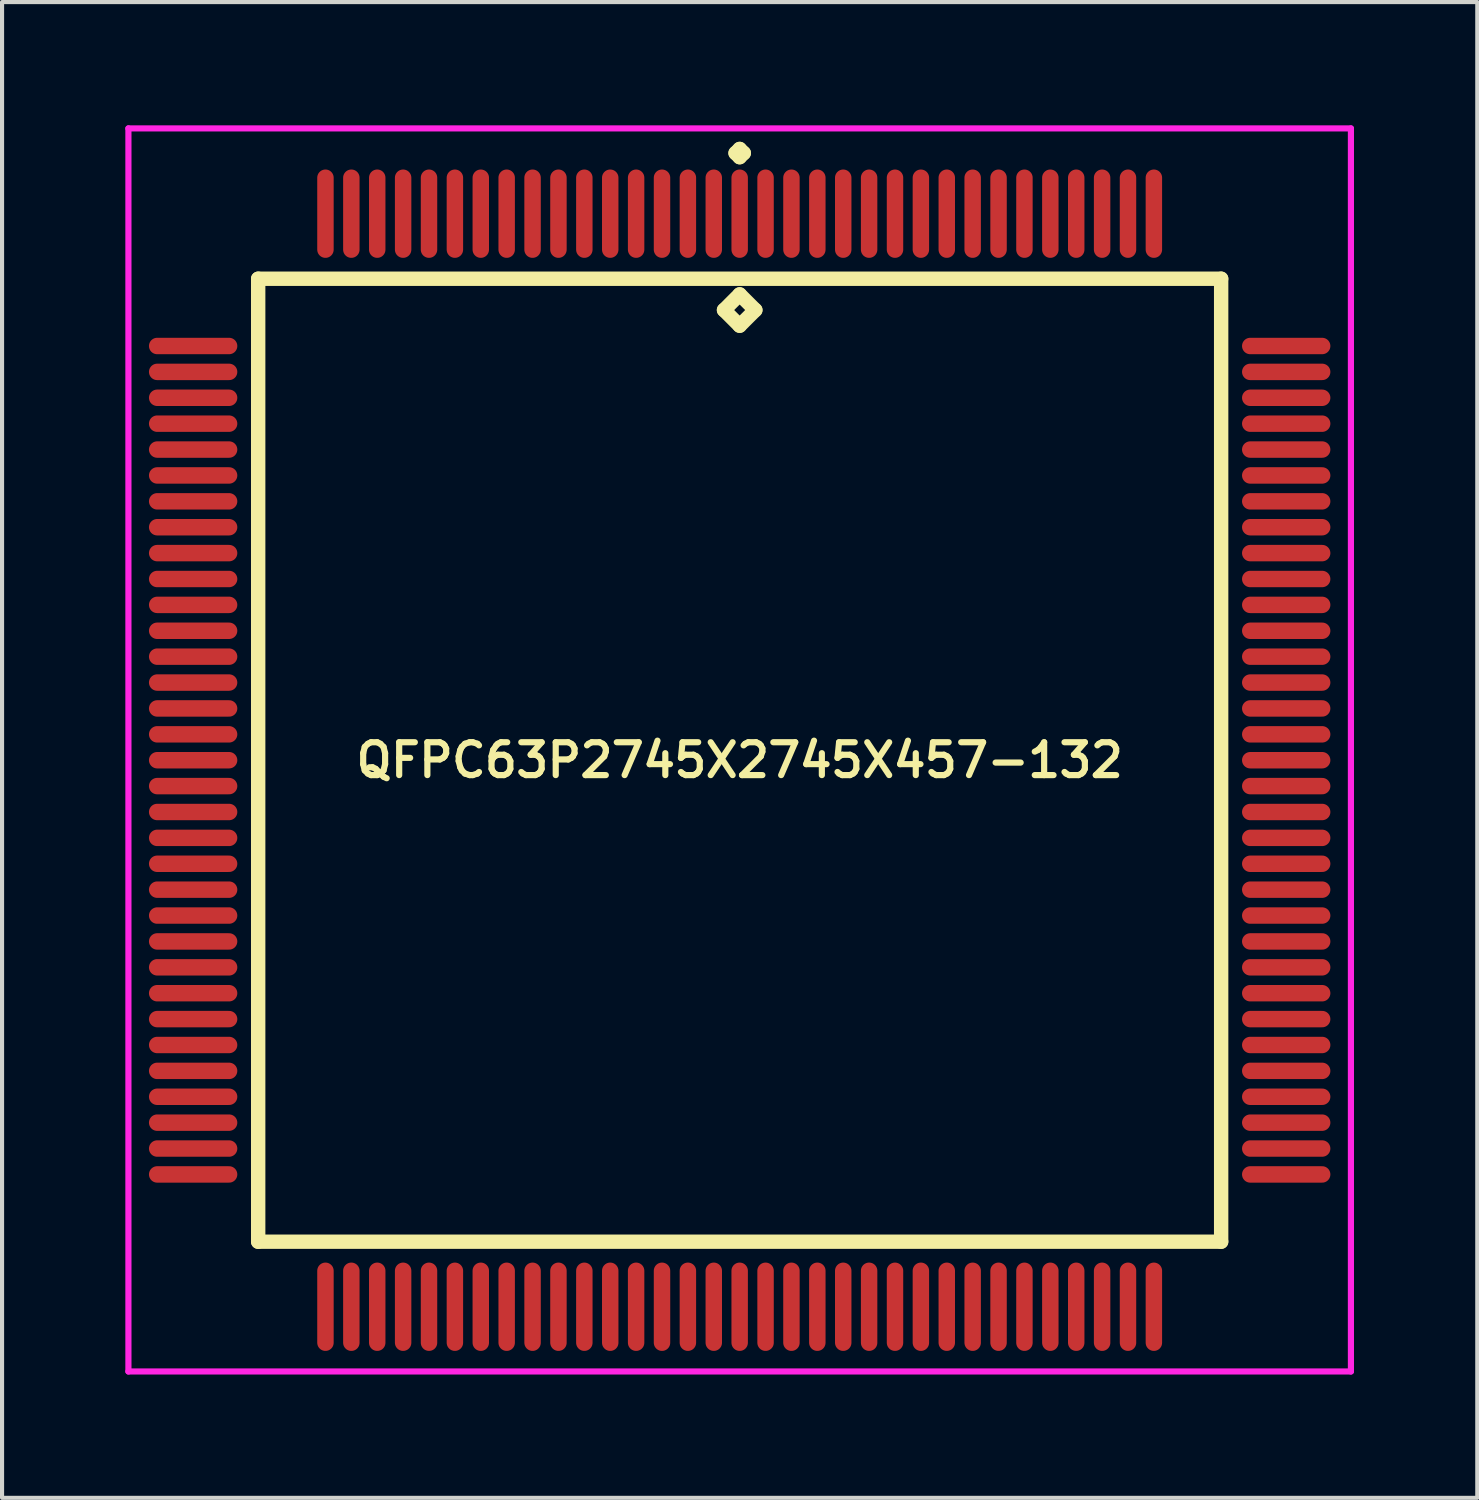
<source format=kicad_pcb>
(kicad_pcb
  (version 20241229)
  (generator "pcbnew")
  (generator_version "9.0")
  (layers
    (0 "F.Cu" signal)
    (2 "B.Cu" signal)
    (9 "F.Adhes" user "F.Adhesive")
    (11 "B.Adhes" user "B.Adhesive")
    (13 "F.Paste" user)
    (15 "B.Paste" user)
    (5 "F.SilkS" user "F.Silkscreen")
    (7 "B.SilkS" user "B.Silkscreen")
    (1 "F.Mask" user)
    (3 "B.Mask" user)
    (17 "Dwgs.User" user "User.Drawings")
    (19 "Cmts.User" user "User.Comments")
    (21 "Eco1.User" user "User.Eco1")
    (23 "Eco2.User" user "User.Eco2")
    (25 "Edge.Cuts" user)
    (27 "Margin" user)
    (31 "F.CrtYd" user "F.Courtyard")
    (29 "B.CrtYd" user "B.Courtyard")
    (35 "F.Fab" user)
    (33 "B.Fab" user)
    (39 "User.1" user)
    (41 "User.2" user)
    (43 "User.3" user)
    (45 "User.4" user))
  (footprint "QFPC63P2745X2745X457-132"
    (layer "F.Cu")
    (at 14.95 15.45)
    (property "Reference" "QFPC63P2745X2745X457-132" (at 0 0 0) (layer "F.SilkS") (effects (font (size 0.8 0.8) (thickness 0.15))))
    (attr smd)
    (fp_line (start -11.717 -11.717) (end -11.717 11.717) (stroke (width 0.35) (type solid)) (layer "F.SilkS"))
    (fp_line (start -11.717 11.717) (end 11.717 11.717) (stroke (width 0.35) (type solid)) (layer "F.SilkS"))
    (fp_line (start -0.381 -10.955) (end 0 -11.336) (stroke (width 0.35) (type solid)) (layer "F.SilkS"))
    (fp_line (start -0.1 -14.775) (end 0 -14.875) (stroke (width 0.35) (type solid)) (layer "F.SilkS"))
    (fp_line (start 0 -14.875) (end 0.1 -14.775) (stroke (width 0.35) (type solid)) (layer "F.SilkS"))
    (fp_line (start 0 -14.675) (end -0.1 -14.775) (stroke (width 0.35) (type solid)) (layer "F.SilkS"))
    (fp_line (start 0 -11.336) (end 0.381 -10.955) (stroke (width 0.35) (type solid)) (layer "F.SilkS"))
    (fp_line (start 0 -10.574) (end -0.381 -10.955) (stroke (width 0.35) (type solid)) (layer "F.SilkS"))
    (fp_line (start 0.1 -14.775) (end 0 -14.675) (stroke (width 0.35) (type solid)) (layer "F.SilkS"))
    (fp_line (start 0.381 -10.955) (end 0 -10.574) (stroke (width 0.35) (type solid)) (layer "F.SilkS"))
    (fp_line (start 11.717 -11.717) (end -11.717 -11.717) (stroke (width 0.35) (type solid)) (layer "F.SilkS"))
    (fp_line (start 11.717 11.717) (end 11.717 -11.717) (stroke (width 0.35) (type solid)) (layer "F.SilkS"))
    (fp_line (start -14.875 -15.375) (end 14.875 -15.375) (stroke (width 0.15) (type solid)) (layer "F.CrtYd"))
    (fp_line (start -14.875 14.875) (end -14.875 -15.375) (stroke (width 0.15) (type solid)) (layer "F.CrtYd"))
    (fp_line (start 14.875 -15.375) (end 14.875 14.875) (stroke (width 0.15) (type solid)) (layer "F.CrtYd"))
    (fp_line (start 14.875 14.875) (end -14.875 14.875) (stroke (width 0.15) (type solid)) (layer "F.CrtYd"))
    (pad "1" smd oval (at 0 -13.3) (size 0.4 2.15) (layers "F.Cu" "F.Mask" "F.Paste"))
    (pad "2" smd oval (at -0.63 -13.3) (size 0.4 2.15) (layers "F.Cu" "F.Mask" "F.Paste"))
    (pad "3" smd oval (at -1.26 -13.3) (size 0.4 2.15) (layers "F.Cu" "F.Mask" "F.Paste"))
    (pad "4" smd oval (at -1.89 -13.3) (size 0.4 2.15) (layers "F.Cu" "F.Mask" "F.Paste"))
    (pad "5" smd oval (at -2.52 -13.3) (size 0.4 2.15) (layers "F.Cu" "F.Mask" "F.Paste"))
    (pad "6" smd oval (at -3.15 -13.3) (size 0.4 2.15) (layers "F.Cu" "F.Mask" "F.Paste"))
    (pad "7" smd oval (at -3.78 -13.3) (size 0.4 2.15) (layers "F.Cu" "F.Mask" "F.Paste"))
    (pad "8" smd oval (at -4.41 -13.3) (size 0.4 2.15) (layers "F.Cu" "F.Mask" "F.Paste"))
    (pad "9" smd oval (at -5.04 -13.3) (size 0.4 2.15) (layers "F.Cu" "F.Mask" "F.Paste"))
    (pad "10" smd oval (at -5.67 -13.3) (size 0.4 2.15) (layers "F.Cu" "F.Mask" "F.Paste"))
    (pad "11" smd oval (at -6.3 -13.3) (size 0.4 2.15) (layers "F.Cu" "F.Mask" "F.Paste"))
    (pad "12" smd oval (at -6.93 -13.3) (size 0.4 2.15) (layers "F.Cu" "F.Mask" "F.Paste"))
    (pad "13" smd oval (at -7.56 -13.3) (size 0.4 2.15) (layers "F.Cu" "F.Mask" "F.Paste"))
    (pad "14" smd oval (at -8.19 -13.3) (size 0.4 2.15) (layers "F.Cu" "F.Mask" "F.Paste"))
    (pad "15" smd oval (at -8.82 -13.3) (size 0.4 2.15) (layers "F.Cu" "F.Mask" "F.Paste"))
    (pad "16" smd oval (at -9.45 -13.3) (size 0.4 2.15) (layers "F.Cu" "F.Mask" "F.Paste"))
    (pad "17" smd oval (at -10.08 -13.3) (size 0.4 2.15) (layers "F.Cu" "F.Mask" "F.Paste"))
    (pad "18" smd oval (at -13.3 -10.08) (size 2.15 0.4) (layers "F.Cu" "F.Mask" "F.Paste"))
    (pad "19" smd oval (at -13.3 -9.45) (size 2.15 0.4) (layers "F.Cu" "F.Mask" "F.Paste"))
    (pad "20" smd oval (at -13.3 -8.82) (size 2.15 0.4) (layers "F.Cu" "F.Mask" "F.Paste"))
    (pad "21" smd oval (at -13.3 -8.19) (size 2.15 0.4) (layers "F.Cu" "F.Mask" "F.Paste"))
    (pad "22" smd oval (at -13.3 -7.56) (size 2.15 0.4) (layers "F.Cu" "F.Mask" "F.Paste"))
    (pad "23" smd oval (at -13.3 -6.93) (size 2.15 0.4) (layers "F.Cu" "F.Mask" "F.Paste"))
    (pad "24" smd oval (at -13.3 -6.3) (size 2.15 0.4) (layers "F.Cu" "F.Mask" "F.Paste"))
    (pad "25" smd oval (at -13.3 -5.67) (size 2.15 0.4) (layers "F.Cu" "F.Mask" "F.Paste"))
    (pad "26" smd oval (at -13.3 -5.04) (size 2.15 0.4) (layers "F.Cu" "F.Mask" "F.Paste"))
    (pad "27" smd oval (at -13.3 -4.41) (size 2.15 0.4) (layers "F.Cu" "F.Mask" "F.Paste"))
    (pad "28" smd oval (at -13.3 -3.78) (size 2.15 0.4) (layers "F.Cu" "F.Mask" "F.Paste"))
    (pad "29" smd oval (at -13.3 -3.15) (size 2.15 0.4) (layers "F.Cu" "F.Mask" "F.Paste"))
    (pad "30" smd oval (at -13.3 -2.52) (size 2.15 0.4) (layers "F.Cu" "F.Mask" "F.Paste"))
    (pad "31" smd oval (at -13.3 -1.89) (size 2.15 0.4) (layers "F.Cu" "F.Mask" "F.Paste"))
    (pad "32" smd oval (at -13.3 -1.26) (size 2.15 0.4) (layers "F.Cu" "F.Mask" "F.Paste"))
    (pad "33" smd oval (at -13.3 -0.63) (size 2.15 0.4) (layers "F.Cu" "F.Mask" "F.Paste"))
    (pad "34" smd oval (at -13.3 0) (size 2.15 0.4) (layers "F.Cu" "F.Mask" "F.Paste"))
    (pad "35" smd oval (at -13.3 0.63) (size 2.15 0.4) (layers "F.Cu" "F.Mask" "F.Paste"))
    (pad "36" smd oval (at -13.3 1.26) (size 2.15 0.4) (layers "F.Cu" "F.Mask" "F.Paste"))
    (pad "37" smd oval (at -13.3 1.89) (size 2.15 0.4) (layers "F.Cu" "F.Mask" "F.Paste"))
    (pad "38" smd oval (at -13.3 2.52) (size 2.15 0.4) (layers "F.Cu" "F.Mask" "F.Paste"))
    (pad "39" smd oval (at -13.3 3.15) (size 2.15 0.4) (layers "F.Cu" "F.Mask" "F.Paste"))
    (pad "40" smd oval (at -13.3 3.78) (size 2.15 0.4) (layers "F.Cu" "F.Mask" "F.Paste"))
    (pad "41" smd oval (at -13.3 4.41) (size 2.15 0.4) (layers "F.Cu" "F.Mask" "F.Paste"))
    (pad "42" smd oval (at -13.3 5.04) (size 2.15 0.4) (layers "F.Cu" "F.Mask" "F.Paste"))
    (pad "43" smd oval (at -13.3 5.67) (size 2.15 0.4) (layers "F.Cu" "F.Mask" "F.Paste"))
    (pad "44" smd oval (at -13.3 6.3) (size 2.15 0.4) (layers "F.Cu" "F.Mask" "F.Paste"))
    (pad "45" smd oval (at -13.3 6.93) (size 2.15 0.4) (layers "F.Cu" "F.Mask" "F.Paste"))
    (pad "46" smd oval (at -13.3 7.56) (size 2.15 0.4) (layers "F.Cu" "F.Mask" "F.Paste"))
    (pad "47" smd oval (at -13.3 8.19) (size 2.15 0.4) (layers "F.Cu" "F.Mask" "F.Paste"))
    (pad "48" smd oval (at -13.3 8.82) (size 2.15 0.4) (layers "F.Cu" "F.Mask" "F.Paste"))
    (pad "49" smd oval (at -13.3 9.45) (size 2.15 0.4) (layers "F.Cu" "F.Mask" "F.Paste"))
    (pad "50" smd oval (at -13.3 10.08) (size 2.15 0.4) (layers "F.Cu" "F.Mask" "F.Paste"))
    (pad "51" smd oval (at -10.08 13.3) (size 0.4 2.15) (layers "F.Cu" "F.Mask" "F.Paste"))
    (pad "52" smd oval (at -9.45 13.3) (size 0.4 2.15) (layers "F.Cu" "F.Mask" "F.Paste"))
    (pad "53" smd oval (at -8.82 13.3) (size 0.4 2.15) (layers "F.Cu" "F.Mask" "F.Paste"))
    (pad "54" smd oval (at -8.19 13.3) (size 0.4 2.15) (layers "F.Cu" "F.Mask" "F.Paste"))
    (pad "55" smd oval (at -7.56 13.3) (size 0.4 2.15) (layers "F.Cu" "F.Mask" "F.Paste"))
    (pad "56" smd oval (at -6.93 13.3) (size 0.4 2.15) (layers "F.Cu" "F.Mask" "F.Paste"))
    (pad "57" smd oval (at -6.3 13.3) (size 0.4 2.15) (layers "F.Cu" "F.Mask" "F.Paste"))
    (pad "58" smd oval (at -5.67 13.3) (size 0.4 2.15) (layers "F.Cu" "F.Mask" "F.Paste"))
    (pad "59" smd oval (at -5.04 13.3) (size 0.4 2.15) (layers "F.Cu" "F.Mask" "F.Paste"))
    (pad "60" smd oval (at -4.41 13.3) (size 0.4 2.15) (layers "F.Cu" "F.Mask" "F.Paste"))
    (pad "61" smd oval (at -3.78 13.3) (size 0.4 2.15) (layers "F.Cu" "F.Mask" "F.Paste"))
    (pad "62" smd oval (at -3.15 13.3) (size 0.4 2.15) (layers "F.Cu" "F.Mask" "F.Paste"))
    (pad "63" smd oval (at -2.52 13.3) (size 0.4 2.15) (layers "F.Cu" "F.Mask" "F.Paste"))
    (pad "64" smd oval (at -1.89 13.3) (size 0.4 2.15) (layers "F.Cu" "F.Mask" "F.Paste"))
    (pad "65" smd oval (at -1.26 13.3) (size 0.4 2.15) (layers "F.Cu" "F.Mask" "F.Paste"))
    (pad "66" smd oval (at -0.63 13.3) (size 0.4 2.15) (layers "F.Cu" "F.Mask" "F.Paste"))
    (pad "67" smd oval (at 0 13.3) (size 0.4 2.15) (layers "F.Cu" "F.Mask" "F.Paste"))
    (pad "68" smd oval (at 0.63 13.3) (size 0.4 2.15) (layers "F.Cu" "F.Mask" "F.Paste"))
    (pad "69" smd oval (at 1.26 13.3) (size 0.4 2.15) (layers "F.Cu" "F.Mask" "F.Paste"))
    (pad "70" smd oval (at 1.89 13.3) (size 0.4 2.15) (layers "F.Cu" "F.Mask" "F.Paste"))
    (pad "71" smd oval (at 2.52 13.3) (size 0.4 2.15) (layers "F.Cu" "F.Mask" "F.Paste"))
    (pad "72" smd oval (at 3.15 13.3) (size 0.4 2.15) (layers "F.Cu" "F.Mask" "F.Paste"))
    (pad "73" smd oval (at 3.78 13.3) (size 0.4 2.15) (layers "F.Cu" "F.Mask" "F.Paste"))
    (pad "74" smd oval (at 4.41 13.3) (size 0.4 2.15) (layers "F.Cu" "F.Mask" "F.Paste"))
    (pad "75" smd oval (at 5.04 13.3) (size 0.4 2.15) (layers "F.Cu" "F.Mask" "F.Paste"))
    (pad "76" smd oval (at 5.67 13.3) (size 0.4 2.15) (layers "F.Cu" "F.Mask" "F.Paste"))
    (pad "77" smd oval (at 6.3 13.3) (size 0.4 2.15) (layers "F.Cu" "F.Mask" "F.Paste"))
    (pad "78" smd oval (at 6.93 13.3) (size 0.4 2.15) (layers "F.Cu" "F.Mask" "F.Paste"))
    (pad "79" smd oval (at 7.56 13.3) (size 0.4 2.15) (layers "F.Cu" "F.Mask" "F.Paste"))
    (pad "80" smd oval (at 8.19 13.3) (size 0.4 2.15) (layers "F.Cu" "F.Mask" "F.Paste"))
    (pad "81" smd oval (at 8.82 13.3) (size 0.4 2.15) (layers "F.Cu" "F.Mask" "F.Paste"))
    (pad "82" smd oval (at 9.45 13.3) (size 0.4 2.15) (layers "F.Cu" "F.Mask" "F.Paste"))
    (pad "83" smd oval (at 10.08 13.3) (size 0.4 2.15) (layers "F.Cu" "F.Mask" "F.Paste"))
    (pad "84" smd oval (at 13.3 10.08) (size 2.15 0.4) (layers "F.Cu" "F.Mask" "F.Paste"))
    (pad "85" smd oval (at 13.3 9.45) (size 2.15 0.4) (layers "F.Cu" "F.Mask" "F.Paste"))
    (pad "86" smd oval (at 13.3 8.82) (size 2.15 0.4) (layers "F.Cu" "F.Mask" "F.Paste"))
    (pad "87" smd oval (at 13.3 8.19) (size 2.15 0.4) (layers "F.Cu" "F.Mask" "F.Paste"))
    (pad "88" smd oval (at 13.3 7.56) (size 2.15 0.4) (layers "F.Cu" "F.Mask" "F.Paste"))
    (pad "89" smd oval (at 13.3 6.93) (size 2.15 0.4) (layers "F.Cu" "F.Mask" "F.Paste"))
    (pad "90" smd oval (at 13.3 6.3) (size 2.15 0.4) (layers "F.Cu" "F.Mask" "F.Paste"))
    (pad "91" smd oval (at 13.3 5.67) (size 2.15 0.4) (layers "F.Cu" "F.Mask" "F.Paste"))
    (pad "92" smd oval (at 13.3 5.04) (size 2.15 0.4) (layers "F.Cu" "F.Mask" "F.Paste"))
    (pad "93" smd oval (at 13.3 4.41) (size 2.15 0.4) (layers "F.Cu" "F.Mask" "F.Paste"))
    (pad "94" smd oval (at 13.3 3.78) (size 2.15 0.4) (layers "F.Cu" "F.Mask" "F.Paste"))
    (pad "95" smd oval (at 13.3 3.15) (size 2.15 0.4) (layers "F.Cu" "F.Mask" "F.Paste"))
    (pad "96" smd oval (at 13.3 2.52) (size 2.15 0.4) (layers "F.Cu" "F.Mask" "F.Paste"))
    (pad "97" smd oval (at 13.3 1.89) (size 2.15 0.4) (layers "F.Cu" "F.Mask" "F.Paste"))
    (pad "98" smd oval (at 13.3 1.26) (size 2.15 0.4) (layers "F.Cu" "F.Mask" "F.Paste"))
    (pad "99" smd oval (at 13.3 0.63) (size 2.15 0.4) (layers "F.Cu" "F.Mask" "F.Paste"))
    (pad "100" smd oval (at 13.3 0) (size 2.15 0.4) (layers "F.Cu" "F.Mask" "F.Paste"))
    (pad "101" smd oval (at 13.3 -0.63) (size 2.15 0.4) (layers "F.Cu" "F.Mask" "F.Paste"))
    (pad "102" smd oval (at 13.3 -1.26) (size 2.15 0.4) (layers "F.Cu" "F.Mask" "F.Paste"))
    (pad "103" smd oval (at 13.3 -1.89) (size 2.15 0.4) (layers "F.Cu" "F.Mask" "F.Paste"))
    (pad "104" smd oval (at 13.3 -2.52) (size 2.15 0.4) (layers "F.Cu" "F.Mask" "F.Paste"))
    (pad "105" smd oval (at 13.3 -3.15) (size 2.15 0.4) (layers "F.Cu" "F.Mask" "F.Paste"))
    (pad "106" smd oval (at 13.3 -3.78) (size 2.15 0.4) (layers "F.Cu" "F.Mask" "F.Paste"))
    (pad "107" smd oval (at 13.3 -4.41) (size 2.15 0.4) (layers "F.Cu" "F.Mask" "F.Paste"))
    (pad "108" smd oval (at 13.3 -5.04) (size 2.15 0.4) (layers "F.Cu" "F.Mask" "F.Paste"))
    (pad "109" smd oval (at 13.3 -5.67) (size 2.15 0.4) (layers "F.Cu" "F.Mask" "F.Paste"))
    (pad "110" smd oval (at 13.3 -6.3) (size 2.15 0.4) (layers "F.Cu" "F.Mask" "F.Paste"))
    (pad "111" smd oval (at 13.3 -6.93) (size 2.15 0.4) (layers "F.Cu" "F.Mask" "F.Paste"))
    (pad "112" smd oval (at 13.3 -7.56) (size 2.15 0.4) (layers "F.Cu" "F.Mask" "F.Paste"))
    (pad "113" smd oval (at 13.3 -8.19) (size 2.15 0.4) (layers "F.Cu" "F.Mask" "F.Paste"))
    (pad "114" smd oval (at 13.3 -8.82) (size 2.15 0.4) (layers "F.Cu" "F.Mask" "F.Paste"))
    (pad "115" smd oval (at 13.3 -9.45) (size 2.15 0.4) (layers "F.Cu" "F.Mask" "F.Paste"))
    (pad "116" smd oval (at 13.3 -10.08) (size 2.15 0.4) (layers "F.Cu" "F.Mask" "F.Paste"))
    (pad "117" smd oval (at 10.08 -13.3) (size 0.4 2.15) (layers "F.Cu" "F.Mask" "F.Paste"))
    (pad "118" smd oval (at 9.45 -13.3) (size 0.4 2.15) (layers "F.Cu" "F.Mask" "F.Paste"))
    (pad "119" smd oval (at 8.82 -13.3) (size 0.4 2.15) (layers "F.Cu" "F.Mask" "F.Paste"))
    (pad "120" smd oval (at 8.19 -13.3) (size 0.4 2.15) (layers "F.Cu" "F.Mask" "F.Paste"))
    (pad "121" smd oval (at 7.56 -13.3) (size 0.4 2.15) (layers "F.Cu" "F.Mask" "F.Paste"))
    (pad "122" smd oval (at 6.93 -13.3) (size 0.4 2.15) (layers "F.Cu" "F.Mask" "F.Paste"))
    (pad "123" smd oval (at 6.3 -13.3) (size 0.4 2.15) (layers "F.Cu" "F.Mask" "F.Paste"))
    (pad "124" smd oval (at 5.67 -13.3) (size 0.4 2.15) (layers "F.Cu" "F.Mask" "F.Paste"))
    (pad "125" smd oval (at 5.04 -13.3) (size 0.4 2.15) (layers "F.Cu" "F.Mask" "F.Paste"))
    (pad "126" smd oval (at 4.41 -13.3) (size 0.4 2.15) (layers "F.Cu" "F.Mask" "F.Paste"))
    (pad "127" smd oval (at 3.78 -13.3) (size 0.4 2.15) (layers "F.Cu" "F.Mask" "F.Paste"))
    (pad "128" smd oval (at 3.15 -13.3) (size 0.4 2.15) (layers "F.Cu" "F.Mask" "F.Paste"))
    (pad "129" smd oval (at 2.52 -13.3) (size 0.4 2.15) (layers "F.Cu" "F.Mask" "F.Paste"))
    (pad "130" smd oval (at 1.89 -13.3) (size 0.4 2.15) (layers "F.Cu" "F.Mask" "F.Paste"))
    (pad "131" smd oval (at 1.26 -13.3) (size 0.4 2.15) (layers "F.Cu" "F.Mask" "F.Paste"))
    (pad "132" smd oval (at 0.63 -13.3) (size 0.4 2.15) (layers "F.Cu" "F.Mask" "F.Paste")))
  (gr_rect
    (start -3 -3)
    (end 32.9 33.4)
    (stroke (width 0.1) (type default))
    (fill no)
    (layer "Edge.Cuts")))
</source>
